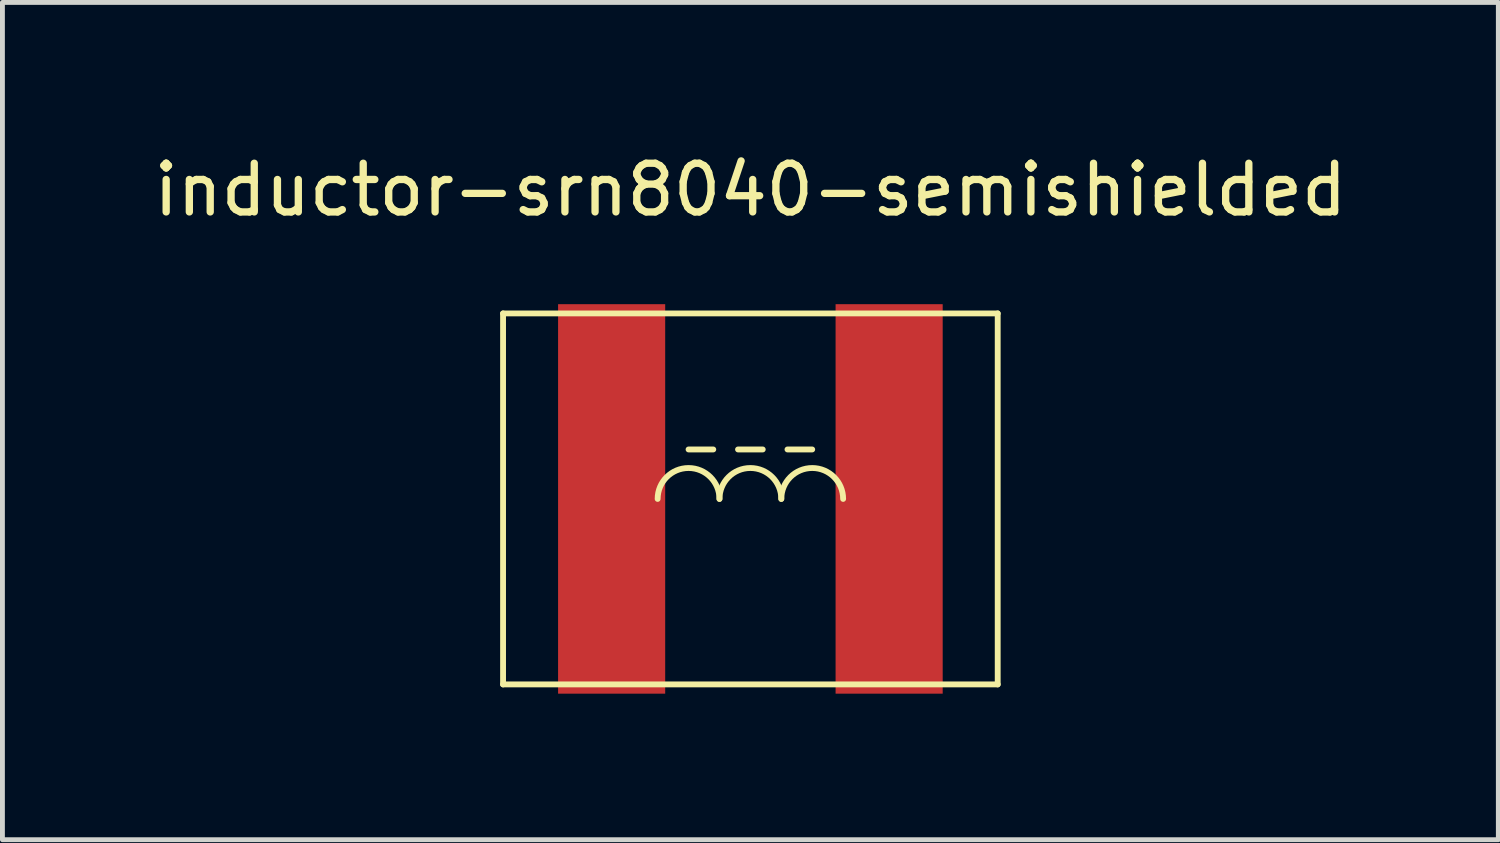
<source format=kicad_pcb>
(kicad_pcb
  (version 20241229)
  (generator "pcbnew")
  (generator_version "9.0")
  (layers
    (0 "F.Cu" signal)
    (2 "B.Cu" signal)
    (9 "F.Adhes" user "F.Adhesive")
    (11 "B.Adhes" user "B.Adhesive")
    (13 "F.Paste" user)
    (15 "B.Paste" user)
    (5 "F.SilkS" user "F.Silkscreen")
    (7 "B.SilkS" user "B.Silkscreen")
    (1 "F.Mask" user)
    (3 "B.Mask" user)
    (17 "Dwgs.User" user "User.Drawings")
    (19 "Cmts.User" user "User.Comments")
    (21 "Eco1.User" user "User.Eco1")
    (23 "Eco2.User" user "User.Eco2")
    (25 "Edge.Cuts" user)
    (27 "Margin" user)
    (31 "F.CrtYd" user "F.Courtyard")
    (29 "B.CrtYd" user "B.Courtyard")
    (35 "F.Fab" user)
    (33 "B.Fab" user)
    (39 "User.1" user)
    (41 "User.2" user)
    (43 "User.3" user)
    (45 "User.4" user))
  (footprint "inductor-srn8040-semishielded"
    (layer "F.Cu")
    (at 12.363 7.198)
    (property "Reference" "inductor-srn8040-semishielded" (at 0 -6.35 0) (layer "F.SilkS") (effects (font (size 1 1) (thickness 0.15))))
    (attr smd)
    (fp_line (start -5.08 -3.81) (end 5.08 -3.81) (stroke (width 0.12) (type solid)) (layer "F.SilkS"))
    (fp_line (start -5.08 3.81) (end -5.08 -3.81) (stroke (width 0.12) (type solid)) (layer "F.SilkS"))
    (fp_line (start -0.762 -1.016) (end -1.27 -1.016) (stroke (width 0.12) (type solid)) (layer "F.SilkS"))
    (fp_line (start -0.254 -1.016) (end 0.254 -1.016) (stroke (width 0.12) (type solid)) (layer "F.SilkS"))
    (fp_line (start 0.762 -1.016) (end 1.27 -1.016) (stroke (width 0.12) (type solid)) (layer "F.SilkS"))
    (fp_line (start 5.08 -3.81) (end 5.08 3.81) (stroke (width 0.12) (type solid)) (layer "F.SilkS"))
    (fp_line (start 5.08 3.81) (end -5.08 3.81) (stroke (width 0.12) (type solid)) (layer "F.SilkS"))
    (fp_arc (start -1.905 0) (mid -1.27 -0.635) (end -0.635 0) (stroke (width 0.12) (type solid)) (layer "F.SilkS"))
    (fp_arc (start -0.635 0) (mid 0 -0.635) (end 0.635 0) (stroke (width 0.12) (type solid)) (layer "F.SilkS"))
    (fp_arc (start 0.635 0) (mid 1.27 -0.635) (end 1.905 0) (stroke (width 0.12) (type solid)) (layer "F.SilkS"))
    (pad "1" smd rect (at -2.85 0) (size 2.2 8) (layers "F.Cu" "F.Mask" "F.Paste"))
    (pad "2" smd rect (at 2.85 0) (size 2.2 8) (layers "F.Cu" "F.Mask" "F.Paste")))
  (gr_rect
    (start -3 -3)
    (end 27.726 14.198)
    (stroke (width 0.1) (type default))
    (fill no)
    (layer "Edge.Cuts")))
</source>
